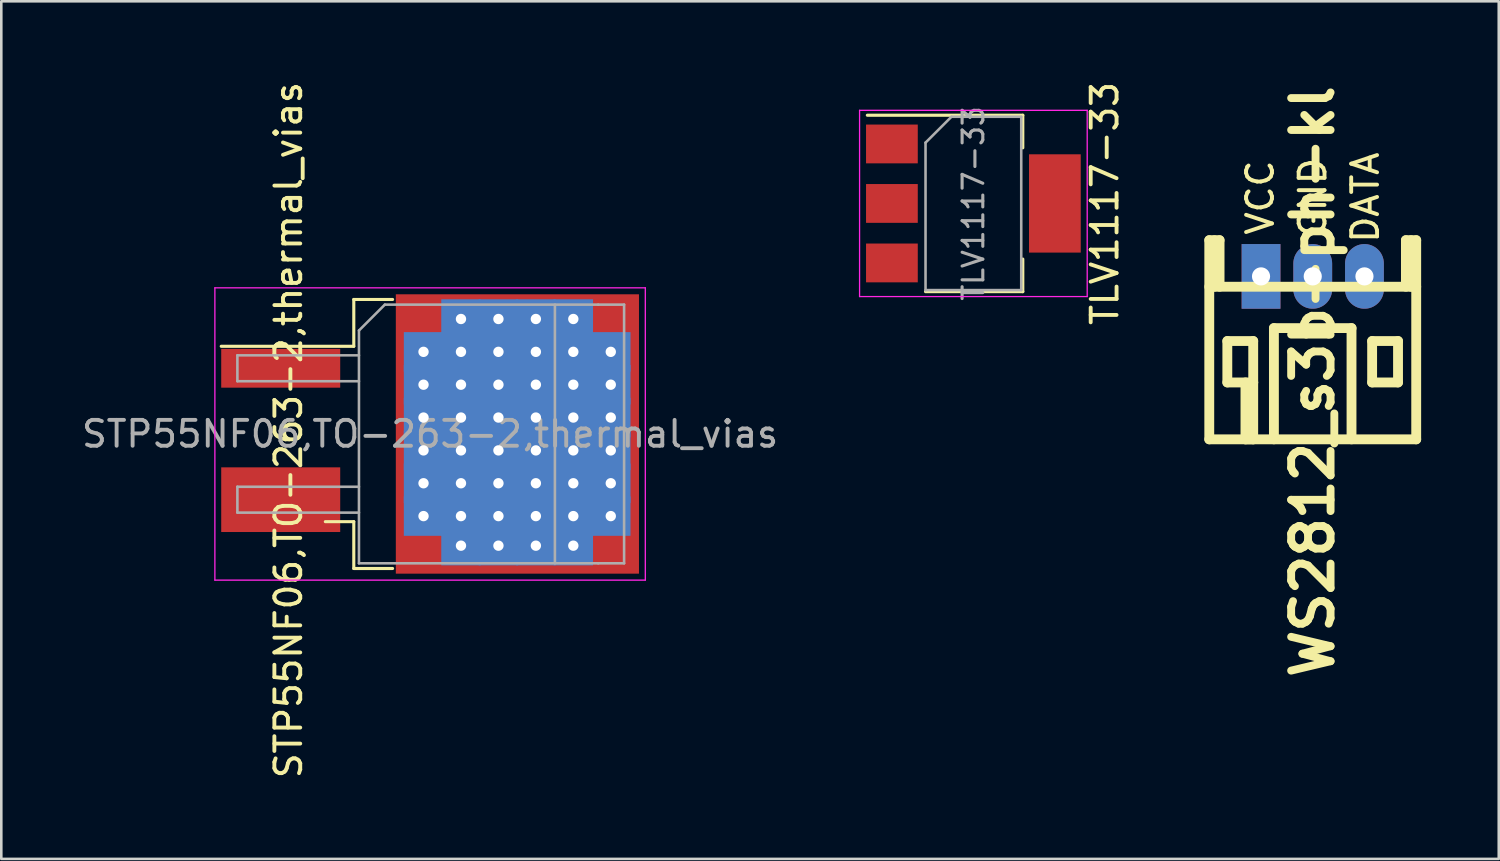
<source format=kicad_pcb>
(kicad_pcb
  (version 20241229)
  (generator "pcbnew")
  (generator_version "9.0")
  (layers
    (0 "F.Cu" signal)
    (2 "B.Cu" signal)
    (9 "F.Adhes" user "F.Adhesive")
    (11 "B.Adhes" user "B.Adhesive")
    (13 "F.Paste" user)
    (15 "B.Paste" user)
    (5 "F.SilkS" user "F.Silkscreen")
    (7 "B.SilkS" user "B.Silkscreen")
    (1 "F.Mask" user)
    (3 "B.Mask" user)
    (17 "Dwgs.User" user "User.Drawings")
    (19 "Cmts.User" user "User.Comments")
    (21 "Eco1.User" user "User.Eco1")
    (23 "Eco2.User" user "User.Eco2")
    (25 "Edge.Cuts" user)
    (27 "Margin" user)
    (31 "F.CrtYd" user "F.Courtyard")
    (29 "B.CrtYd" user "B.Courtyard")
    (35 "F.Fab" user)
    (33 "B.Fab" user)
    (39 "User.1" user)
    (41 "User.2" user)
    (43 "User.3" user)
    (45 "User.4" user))
  (footprint "WS2812_s3b-ph-kl"
    (layer "F.Cu")
    (at 47.699 7.635)
    (property "Reference" "WS2812_s3b-ph-kl" (at 0 4.064 90) (layer "F.SilkS") (effects (font (size 1.524 1.524) (thickness 0.305))))
    (attr through_hole)
    (fp_line (start -4 -1.4) (end -4 6.299) (stroke (width 0.381) (type solid)) (layer "F.SilkS"))
    (fp_line (start -4 0.399) (end 4 0.399) (stroke (width 0.381) (type solid)) (layer "F.SilkS"))
    (fp_line (start -4 6.299) (end 4 6.299) (stroke (width 0.381) (type solid)) (layer "F.SilkS"))
    (fp_line (start -3.8 -1.4) (end -3.8 0.399) (stroke (width 0.381) (type solid)) (layer "F.SilkS"))
    (fp_line (start -3.602 -1.4) (end -4 -1.4) (stroke (width 0.381) (type solid)) (layer "F.SilkS"))
    (fp_line (start -3.602 0.399) (end -3.602 -1.4) (stroke (width 0.381) (type solid)) (layer "F.SilkS"))
    (fp_line (start -3.302 2.499) (end -2.301 2.499) (stroke (width 0.381) (type solid)) (layer "F.SilkS"))
    (fp_line (start -3.302 4.1) (end -3.302 2.499) (stroke (width 0.381) (type solid)) (layer "F.SilkS"))
    (fp_line (start -2.601 6.299) (end -2.601 4.1) (stroke (width 0.381) (type solid)) (layer "F.SilkS"))
    (fp_line (start -2.301 2.499) (end -2.301 4.1) (stroke (width 0.381) (type solid)) (layer "F.SilkS"))
    (fp_line (start -2.301 4.1) (end -3.302 4.1) (stroke (width 0.381) (type solid)) (layer "F.SilkS"))
    (fp_line (start -2.301 4.1) (end -2.301 6.299) (stroke (width 0.381) (type solid)) (layer "F.SilkS"))
    (fp_line (start -2.301 6.299) (end -2.601 6.299) (stroke (width 0.381) (type solid)) (layer "F.SilkS"))
    (fp_line (start -1.501 1.999) (end -1.501 6.299) (stroke (width 0.381) (type solid)) (layer "F.SilkS"))
    (fp_line (start -1.501 1.999) (end 1.501 1.999) (stroke (width 0.381) (type solid)) (layer "F.SilkS"))
    (fp_line (start 1.499 1.999) (end 1.499 6.299) (stroke (width 0.381) (type solid)) (layer "F.SilkS"))
    (fp_line (start 2.296 2.499) (end 3.297 2.499) (stroke (width 0.381) (type solid)) (layer "F.SilkS"))
    (fp_line (start 2.296 4.1) (end 2.296 2.499) (stroke (width 0.381) (type solid)) (layer "F.SilkS"))
    (fp_line (start 3.297 2.499) (end 3.297 4.1) (stroke (width 0.381) (type solid)) (layer "F.SilkS"))
    (fp_line (start 3.297 4.1) (end 2.296 4.1) (stroke (width 0.381) (type solid)) (layer "F.SilkS"))
    (fp_line (start 3.602 -1.4) (end 3.602 0.399) (stroke (width 0.381) (type solid)) (layer "F.SilkS"))
    (fp_line (start 3.8 -1.4) (end 3.8 0.399) (stroke (width 0.381) (type solid)) (layer "F.SilkS"))
    (fp_line (start 4 -1.4) (end 3.602 -1.4) (stroke (width 0.381) (type solid)) (layer "F.SilkS"))
    (fp_line (start 4 6.299) (end 4 -1.4) (stroke (width 0.381) (type solid)) (layer "F.SilkS"))
    (fp_text user "GND" (at 0 -3.048 90) (layer "F.SilkS") (effects (font (size 1 1) (thickness 0.15))))
    (fp_text user "DATA" (at 2.032 -3.048 90) (layer "F.SilkS") (effects (font (size 1 1) (thickness 0.15))))
    (fp_text user "VCC" (at -2.032 -3.048 90) (layer "F.SilkS") (effects (font (size 1 1) (thickness 0.15))))
    (pad "1" thru_hole rect (at -1.999 0) (size 1.5 2.5) (drill 0.701) (layers "*.Cu" "*.Mask"))
    (pad "2" thru_hole oval (at 0 0) (size 1.5 2.5) (drill 0.701) (layers "*.Cu" "*.Mask"))
    (pad "3" thru_hole oval (at 1.999 0) (size 1.5 2.5) (drill 0.701) (layers "*.Cu" "*.Mask")))
  (footprint "TLV1117-33"
    (layer "F.Cu")
    (at 34.58 4.815)
    (property "Reference" "TLV1117-33" (at 5.08 0 270) (layer "F.SilkS") (effects (font (size 1 1) (thickness 0.15))))
    (attr smd)
    (fp_line (start -4.1 -3.41) (end 1.91 -3.41) (stroke (width 0.12) (type solid)) (layer "F.SilkS"))
    (fp_line (start -1.85 3.41) (end 1.91 3.41) (stroke (width 0.12) (type solid)) (layer "F.SilkS"))
    (fp_line (start 1.91 -3.41) (end 1.91 -2.15) (stroke (width 0.12) (type solid)) (layer "F.SilkS"))
    (fp_line (start 1.91 3.41) (end 1.91 2.15) (stroke (width 0.12) (type solid)) (layer "F.SilkS"))
    (fp_line (start -4.4 -3.6) (end -4.4 3.6) (stroke (width 0.05) (type solid)) (layer "F.CrtYd"))
    (fp_line (start -4.4 3.6) (end 4.4 3.6) (stroke (width 0.05) (type solid)) (layer "F.CrtYd"))
    (fp_line (start 4.4 -3.6) (end -4.4 -3.6) (stroke (width 0.05) (type solid)) (layer "F.CrtYd"))
    (fp_line (start 4.4 3.6) (end 4.4 -3.6) (stroke (width 0.05) (type solid)) (layer "F.CrtYd"))
    (fp_line (start -1.85 -2.35) (end -1.85 3.35) (stroke (width 0.1) (type solid)) (layer "F.Fab"))
    (fp_line (start -1.85 -2.35) (end -0.85 -3.35) (stroke (width 0.1) (type solid)) (layer "F.Fab"))
    (fp_line (start -1.85 3.35) (end 1.85 3.35) (stroke (width 0.1) (type solid)) (layer "F.Fab"))
    (fp_line (start -0.85 -3.35) (end 1.85 -3.35) (stroke (width 0.1) (type solid)) (layer "F.Fab"))
    (fp_line (start 1.85 -3.35) (end 1.85 3.35) (stroke (width 0.1) (type solid)) (layer "F.Fab"))
    (fp_text user "${REFERENCE}" (at 0 0 90) (layer "F.Fab") (effects (font (size 0.8 0.8) (thickness 0.12))))
    (pad "1" smd rect (at -3.15 -2.3) (size 2 1.5) (layers "F.Cu" "F.Mask" "F.Paste"))
    (pad "2" smd rect (at -3.15 0) (size 2 1.5) (layers "F.Cu" "F.Mask" "F.Paste"))
    (pad "2" smd rect (at 3.15 0) (size 2 3.8) (layers "F.Cu" "F.Mask" "F.Paste"))
    (pad "3" smd rect (at -3.15 2.3) (size 2 1.5) (layers "F.Cu" "F.Mask" "F.Paste")))
  (footprint "STP55NF06,TO-263-2,thermal_vias"
    (layer "F.Cu")
    (at 13.577 13.727)
    (property "Reference" "STP55NF06,TO-263-2,thermal_vias" (at -5.475 -0.15 90) (layer "F.SilkS") (effects (font (size 1 1) (thickness 0.15))))
    (attr smd)
    (fp_line (start -2.95 -5.2) (end -2.95 -3.39) (stroke (width 0.12) (type solid)) (layer "F.SilkS"))
    (fp_line (start -2.95 -3.39) (end -8.075 -3.39) (stroke (width 0.12) (type solid)) (layer "F.SilkS"))
    (fp_line (start -2.95 3.39) (end -4.05 3.39) (stroke (width 0.12) (type solid)) (layer "F.SilkS"))
    (fp_line (start -2.95 5.2) (end -2.95 3.39) (stroke (width 0.12) (type solid)) (layer "F.SilkS"))
    (fp_line (start -1.45 -5.2) (end -2.95 -5.2) (stroke (width 0.12) (type solid)) (layer "F.SilkS"))
    (fp_line (start -1.45 5.2) (end -2.95 5.2) (stroke (width 0.12) (type solid)) (layer "F.SilkS"))
    (fp_line (start -8.32 -5.65) (end -8.32 5.65) (stroke (width 0.05) (type solid)) (layer "F.CrtYd"))
    (fp_line (start -8.32 5.65) (end 8.32 5.65) (stroke (width 0.05) (type solid)) (layer "F.CrtYd"))
    (fp_line (start 8.32 -5.65) (end -8.32 -5.65) (stroke (width 0.05) (type solid)) (layer "F.CrtYd"))
    (fp_line (start 8.32 5.65) (end 8.32 -5.65) (stroke (width 0.05) (type solid)) (layer "F.CrtYd"))
    (fp_line (start -7.45 -3.04) (end -7.45 -2.04) (stroke (width 0.1) (type solid)) (layer "F.Fab"))
    (fp_line (start -7.45 -2.04) (end -2.75 -2.04) (stroke (width 0.1) (type solid)) (layer "F.Fab"))
    (fp_line (start -7.45 2.04) (end -7.45 3.04) (stroke (width 0.1) (type solid)) (layer "F.Fab"))
    (fp_line (start -7.45 3.04) (end -2.75 3.04) (stroke (width 0.1) (type solid)) (layer "F.Fab"))
    (fp_line (start -2.75 -4) (end -1.75 -5) (stroke (width 0.1) (type solid)) (layer "F.Fab"))
    (fp_line (start -2.75 -3.04) (end -7.45 -3.04) (stroke (width 0.1) (type solid)) (layer "F.Fab"))
    (fp_line (start -2.75 2.04) (end -7.45 2.04) (stroke (width 0.1) (type solid)) (layer "F.Fab"))
    (fp_line (start -2.75 5) (end -2.75 -4) (stroke (width 0.1) (type solid)) (layer "F.Fab"))
    (fp_line (start -1.75 -5) (end 6.5 -5) (stroke (width 0.1) (type solid)) (layer "F.Fab"))
    (fp_line (start 4.825 -5) (end 4.825 5) (stroke (width 0.1) (type solid)) (layer "F.Fab"))
    (fp_line (start 6.5 -5) (end 7.5 -5) (stroke (width 0.1) (type solid)) (layer "F.Fab"))
    (fp_line (start 6.5 5) (end -2.75 5) (stroke (width 0.1) (type solid)) (layer "F.Fab"))
    (fp_line (start 7.5 -5) (end 7.5 5) (stroke (width 0.1) (type solid)) (layer "F.Fab"))
    (fp_line (start 7.5 5) (end 6.5 5) (stroke (width 0.1) (type solid)) (layer "F.Fab"))
    (fp_text user "${REFERENCE}" (at 0 0 0) (layer "F.Fab") (effects (font (size 1 1) (thickness 0.15))))
    (pad "" smd rect (at 0.95 -2.775) (size 4.55 5.25) (layers "F.Paste"))
    (pad "" smd rect (at 0.95 2.775) (size 4.55 5.25) (layers "F.Paste"))
    (pad "" smd rect (at 5.8 -2.775) (size 4.55 5.25) (layers "F.Paste"))
    (pad "" smd rect (at 5.8 2.775) (size 4.55 5.25) (layers "F.Paste"))
    (pad "1" smd rect (at -5.775 -2.54) (size 4.6 1.5) (layers "F.Cu" "F.Mask" "F.Paste"))
    (pad "2" thru_hole rect (at -0.254 -3.175) (size 1.524 1.524) (drill 0.4) (layers "*.Cu" "F.Mask"))
    (pad "2" thru_hole rect (at -0.254 -1.905) (size 1.524 1.524) (drill 0.4) (layers "*.Cu" "F.Mask"))
    (pad "2" thru_hole rect (at -0.254 -0.635) (size 1.524 1.524) (drill 0.4) (layers "*.Cu" "F.Mask"))
    (pad "2" thru_hole rect (at -0.254 0.635) (size 1.524 1.524) (drill 0.4) (layers "*.Cu" "F.Mask"))
    (pad "2" thru_hole rect (at -0.254 1.905) (size 1.524 1.524) (drill 0.4) (layers "*.Cu" "F.Mask"))
    (pad "2" thru_hole rect (at -0.254 3.175) (size 1.524 1.524) (drill 0.4) (layers "*.Cu" "F.Mask"))
    (pad "2" thru_hole rect (at 1.194 -4.445) (size 1.524 1.524) (drill 0.4) (layers "*.Cu" "F.Mask"))
    (pad "2" thru_hole rect (at 1.194 -3.175) (size 1.524 1.524) (drill 0.4) (layers "*.Cu" "F.Mask"))
    (pad "2" thru_hole rect (at 1.194 -1.905) (size 1.524 1.524) (drill 0.4) (layers "*.Cu" "F.Mask"))
    (pad "2" thru_hole rect (at 1.194 -0.635) (size 1.524 1.524) (drill 0.4) (layers "*.Cu" "F.Mask"))
    (pad "2" thru_hole rect (at 1.194 0.635) (size 1.524 1.524) (drill 0.4) (layers "*.Cu" "F.Mask"))
    (pad "2" thru_hole rect (at 1.194 1.905) (size 1.524 1.524) (drill 0.4) (layers "*.Cu" "F.Mask"))
    (pad "2" thru_hole rect (at 1.194 3.175) (size 1.524 1.524) (drill 0.4) (layers "*.Cu" "F.Mask"))
    (pad "2" thru_hole rect (at 1.194 4.318) (size 1.524 1.524) (drill 0.4) (layers "*.Cu" "F.Mask"))
    (pad "2" thru_hole rect (at 2.642 -4.445) (size 1.524 1.524) (drill 0.4) (layers "*.Cu" "F.Mask"))
    (pad "2" thru_hole rect (at 2.642 -3.175) (size 1.524 1.524) (drill 0.4) (layers "*.Cu" "F.Mask"))
    (pad "2" thru_hole rect (at 2.642 -1.905) (size 1.524 1.524) (drill 0.4) (layers "*.Cu" "F.Mask"))
    (pad "2" thru_hole rect (at 2.642 -0.635) (size 1.524 1.524) (drill 0.4) (layers "*.Cu" "F.Mask"))
    (pad "2" thru_hole rect (at 2.642 0.635) (size 1.524 1.524) (drill 0.4) (layers "*.Cu" "F.Mask"))
    (pad "2" thru_hole rect (at 2.642 1.905) (size 1.524 1.524) (drill 0.4) (layers "*.Cu" "F.Mask"))
    (pad "2" thru_hole rect (at 2.642 3.175) (size 1.524 1.524) (drill 0.4) (layers "*.Cu" "F.Mask"))
    (pad "2" thru_hole rect (at 2.642 4.318) (size 1.524 1.524) (drill 0.4) (layers "*.Cu" "F.Mask"))
    (pad "2" smd rect (at 3.375 0) (size 9.4 10.8) (layers "F.Cu" "F.Mask"))
    (pad "2" thru_hole rect (at 4.089 -4.445) (size 1.524 1.524) (drill 0.4) (layers "*.Cu" "F.Mask"))
    (pad "2" thru_hole rect (at 4.089 -3.175) (size 1.524 1.524) (drill 0.4) (layers "*.Cu" "F.Mask"))
    (pad "2" thru_hole rect (at 4.089 -1.905) (size 1.524 1.524) (drill 0.4) (layers "*.Cu" "F.Mask"))
    (pad "2" thru_hole rect (at 4.089 -0.635) (size 1.524 1.524) (drill 0.4) (layers "*.Cu" "F.Mask"))
    (pad "2" thru_hole rect (at 4.089 0.635) (size 1.524 1.524) (drill 0.4) (layers "*.Cu" "F.Mask"))
    (pad "2" thru_hole rect (at 4.089 1.905) (size 1.524 1.524) (drill 0.4) (layers "*.Cu" "F.Mask"))
    (pad "2" thru_hole rect (at 4.089 3.175) (size 1.524 1.524) (drill 0.4) (layers "*.Cu" "F.Mask"))
    (pad "2" thru_hole rect (at 4.089 4.318) (size 1.524 1.524) (drill 0.4) (layers "*.Cu" "F.Mask"))
    (pad "2" thru_hole rect (at 5.537 -4.445) (size 1.524 1.524) (drill 0.4) (layers "*.Cu" "F.Mask"))
    (pad "2" thru_hole rect (at 5.537 -3.175) (size 1.524 1.524) (drill 0.4) (layers "*.Cu" "F.Mask"))
    (pad "2" thru_hole rect (at 5.537 -1.905) (size 1.524 1.524) (drill 0.4) (layers "*.Cu" "F.Mask"))
    (pad "2" thru_hole rect (at 5.537 -0.635) (size 1.524 1.524) (drill 0.4) (layers "*.Cu" "F.Mask"))
    (pad "2" thru_hole rect (at 5.537 0.635) (size 1.524 1.524) (drill 0.4) (layers "*.Cu" "F.Mask"))
    (pad "2" thru_hole rect (at 5.537 1.905) (size 1.524 1.524) (drill 0.4) (layers "*.Cu" "F.Mask"))
    (pad "2" thru_hole rect (at 5.537 3.175) (size 1.524 1.524) (drill 0.4) (layers "*.Cu" "F.Mask"))
    (pad "2" thru_hole rect (at 5.537 4.318) (size 1.524 1.524) (drill 0.4) (layers "*.Cu" "F.Mask"))
    (pad "2" thru_hole rect (at 6.985 -3.175) (size 1.524 1.524) (drill 0.4) (layers "*.Cu" "F.Mask"))
    (pad "2" thru_hole rect (at 6.985 -1.905) (size 1.524 1.524) (drill 0.4) (layers "*.Cu" "F.Mask"))
    (pad "2" thru_hole rect (at 6.985 -0.635) (size 1.524 1.524) (drill 0.4) (layers "*.Cu" "F.Mask"))
    (pad "2" thru_hole rect (at 6.985 0.635) (size 1.524 1.524) (drill 0.4) (layers "*.Cu" "F.Mask"))
    (pad "2" thru_hole rect (at 6.985 1.905) (size 1.524 1.524) (drill 0.4) (layers "*.Cu" "F.Mask"))
    (pad "2" thru_hole rect (at 6.985 3.175) (size 1.524 1.524) (drill 0.4) (layers "*.Cu" "F.Mask"))
    (pad "3" smd rect (at -5.775 2.54) (size 4.6 2.5) (layers "F.Cu" "F.Mask" "F.Paste")))
  (gr_rect
    (start -3 -3)
    (end 54.89 30.155)
    (stroke (width 0.1) (type default))
    (fill no)
    (layer "Edge.Cuts")))
</source>
